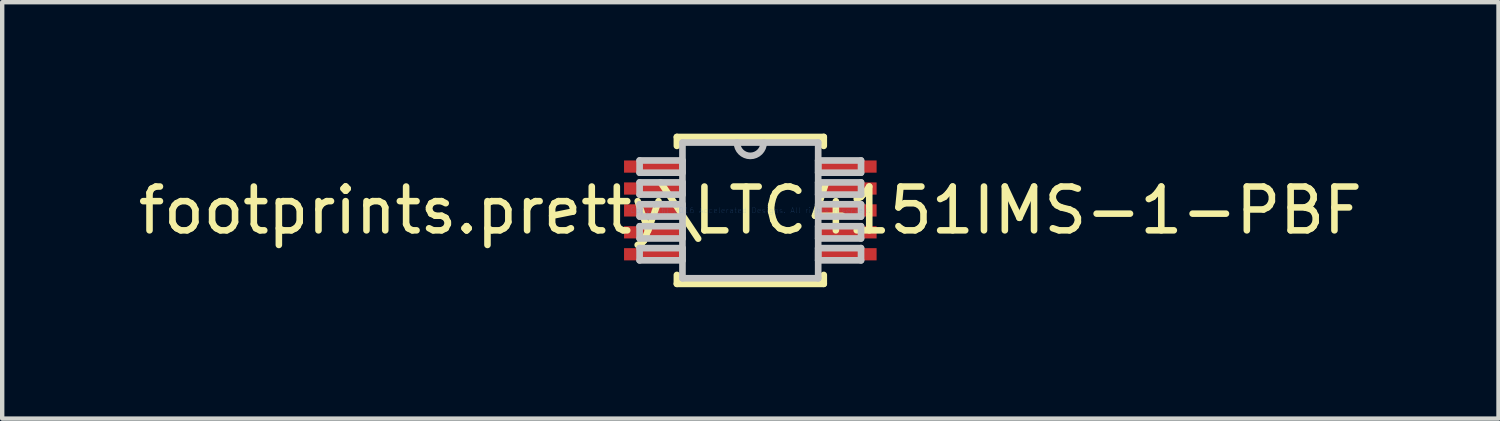
<source format=kicad_pcb>
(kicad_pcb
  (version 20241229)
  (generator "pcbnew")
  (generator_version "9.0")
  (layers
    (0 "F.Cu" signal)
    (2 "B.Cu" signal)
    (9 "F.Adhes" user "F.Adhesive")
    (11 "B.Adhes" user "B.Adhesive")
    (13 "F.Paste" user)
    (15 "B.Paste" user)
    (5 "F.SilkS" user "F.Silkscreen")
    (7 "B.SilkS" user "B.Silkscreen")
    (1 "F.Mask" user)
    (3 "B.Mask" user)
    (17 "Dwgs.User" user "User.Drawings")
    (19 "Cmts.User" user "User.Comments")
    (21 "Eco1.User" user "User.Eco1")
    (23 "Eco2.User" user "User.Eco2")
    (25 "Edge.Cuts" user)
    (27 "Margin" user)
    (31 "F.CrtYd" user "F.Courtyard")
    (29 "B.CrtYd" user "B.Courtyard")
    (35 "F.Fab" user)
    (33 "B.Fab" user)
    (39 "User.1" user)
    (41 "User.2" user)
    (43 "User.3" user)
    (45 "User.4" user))
  (footprint "footprints.pretty\\LTC4151IMS-1-PBF"
    (layer "F.Cu")
    (at 14.077 1.753)
    (property "Reference" "footprints.pretty\\LTC4151IMS-1-PBF" (at 0 0 0) (layer "F.SilkS") (effects (font (size 1 1) (thickness 0.15))))
    (attr through_hole)
    (fp_line (start -1.676 -1.676) (end -1.676 -1.473) (stroke (width 0.152) (type solid)) (layer "F.SilkS"))
    (fp_line (start -1.676 1.473) (end -1.676 1.676) (stroke (width 0.152) (type solid)) (layer "F.SilkS"))
    (fp_line (start -1.676 1.676) (end 1.676 1.676) (stroke (width 0.152) (type solid)) (layer "F.SilkS"))
    (fp_line (start 1.676 -1.676) (end -1.676 -1.676) (stroke (width 0.152) (type solid)) (layer "F.SilkS"))
    (fp_line (start 1.676 -1.473) (end 1.676 -1.676) (stroke (width 0.152) (type solid)) (layer "F.SilkS"))
    (fp_line (start 1.676 1.676) (end 1.676 1.473) (stroke (width 0.152) (type solid)) (layer "F.SilkS"))
    (fp_line (start -2.527 -1.14) (end -2.527 -0.861) (stroke (width 0.152) (type solid)) (layer "Dwgs.User"))
    (fp_line (start -2.527 -0.861) (end -1.549 -0.861) (stroke (width 0.152) (type solid)) (layer "Dwgs.User"))
    (fp_line (start -2.527 -0.64) (end -2.527 -0.361) (stroke (width 0.152) (type solid)) (layer "Dwgs.User"))
    (fp_line (start -2.527 -0.361) (end -1.549 -0.361) (stroke (width 0.152) (type solid)) (layer "Dwgs.User"))
    (fp_line (start -2.527 -0.14) (end -2.527 0.14) (stroke (width 0.152) (type solid)) (layer "Dwgs.User"))
    (fp_line (start -2.527 0.14) (end -1.549 0.14) (stroke (width 0.152) (type solid)) (layer "Dwgs.User"))
    (fp_line (start -2.527 0.361) (end -2.527 0.64) (stroke (width 0.152) (type solid)) (layer "Dwgs.User"))
    (fp_line (start -2.527 0.64) (end -1.549 0.64) (stroke (width 0.152) (type solid)) (layer "Dwgs.User"))
    (fp_line (start -2.527 0.861) (end -2.527 1.14) (stroke (width 0.152) (type solid)) (layer "Dwgs.User"))
    (fp_line (start -2.527 1.14) (end -1.549 1.14) (stroke (width 0.152) (type solid)) (layer "Dwgs.User"))
    (fp_line (start -1.549 -1.549) (end -1.549 1.549) (stroke (width 0.152) (type solid)) (layer "Dwgs.User"))
    (fp_line (start -1.549 -1.14) (end -2.527 -1.14) (stroke (width 0.152) (type solid)) (layer "Dwgs.User"))
    (fp_line (start -1.549 -0.861) (end -1.549 -1.14) (stroke (width 0.152) (type solid)) (layer "Dwgs.User"))
    (fp_line (start -1.549 -0.64) (end -2.527 -0.64) (stroke (width 0.152) (type solid)) (layer "Dwgs.User"))
    (fp_line (start -1.549 -0.361) (end -1.549 -0.64) (stroke (width 0.152) (type solid)) (layer "Dwgs.User"))
    (fp_line (start -1.549 -0.14) (end -2.527 -0.14) (stroke (width 0.152) (type solid)) (layer "Dwgs.User"))
    (fp_line (start -1.549 0.14) (end -1.549 -0.14) (stroke (width 0.152) (type solid)) (layer "Dwgs.User"))
    (fp_line (start -1.549 0.361) (end -2.527 0.361) (stroke (width 0.152) (type solid)) (layer "Dwgs.User"))
    (fp_line (start -1.549 0.64) (end -1.549 0.361) (stroke (width 0.152) (type solid)) (layer "Dwgs.User"))
    (fp_line (start -1.549 0.861) (end -2.527 0.861) (stroke (width 0.152) (type solid)) (layer "Dwgs.User"))
    (fp_line (start -1.549 1.14) (end -1.549 0.861) (stroke (width 0.152) (type solid)) (layer "Dwgs.User"))
    (fp_line (start -1.549 1.549) (end 1.549 1.549) (stroke (width 0.152) (type solid)) (layer "Dwgs.User"))
    (fp_line (start 1.549 -1.549) (end -1.549 -1.549) (stroke (width 0.152) (type solid)) (layer "Dwgs.User"))
    (fp_line (start 1.549 -1.14) (end 1.549 -0.861) (stroke (width 0.152) (type solid)) (layer "Dwgs.User"))
    (fp_line (start 1.549 -0.861) (end 2.527 -0.861) (stroke (width 0.152) (type solid)) (layer "Dwgs.User"))
    (fp_line (start 1.549 -0.64) (end 1.549 -0.361) (stroke (width 0.152) (type solid)) (layer "Dwgs.User"))
    (fp_line (start 1.549 -0.361) (end 2.527 -0.361) (stroke (width 0.152) (type solid)) (layer "Dwgs.User"))
    (fp_line (start 1.549 -0.14) (end 1.549 0.14) (stroke (width 0.152) (type solid)) (layer "Dwgs.User"))
    (fp_line (start 1.549 0.14) (end 2.527 0.14) (stroke (width 0.152) (type solid)) (layer "Dwgs.User"))
    (fp_line (start 1.549 0.361) (end 1.549 0.64) (stroke (width 0.152) (type solid)) (layer "Dwgs.User"))
    (fp_line (start 1.549 0.64) (end 2.527 0.64) (stroke (width 0.152) (type solid)) (layer "Dwgs.User"))
    (fp_line (start 1.549 0.861) (end 1.549 1.14) (stroke (width 0.152) (type solid)) (layer "Dwgs.User"))
    (fp_line (start 1.549 1.14) (end 2.527 1.14) (stroke (width 0.152) (type solid)) (layer "Dwgs.User"))
    (fp_line (start 1.549 1.549) (end 1.549 -1.549) (stroke (width 0.152) (type solid)) (layer "Dwgs.User"))
    (fp_line (start 2.527 -1.14) (end 1.549 -1.14) (stroke (width 0.152) (type solid)) (layer "Dwgs.User"))
    (fp_line (start 2.527 -0.861) (end 2.527 -1.14) (stroke (width 0.152) (type solid)) (layer "Dwgs.User"))
    (fp_line (start 2.527 -0.64) (end 1.549 -0.64) (stroke (width 0.152) (type solid)) (layer "Dwgs.User"))
    (fp_line (start 2.527 -0.361) (end 2.527 -0.64) (stroke (width 0.152) (type solid)) (layer "Dwgs.User"))
    (fp_line (start 2.527 -0.14) (end 1.549 -0.14) (stroke (width 0.152) (type solid)) (layer "Dwgs.User"))
    (fp_line (start 2.527 0.14) (end 2.527 -0.14) (stroke (width 0.152) (type solid)) (layer "Dwgs.User"))
    (fp_line (start 2.527 0.361) (end 1.549 0.361) (stroke (width 0.152) (type solid)) (layer "Dwgs.User"))
    (fp_line (start 2.527 0.64) (end 2.527 0.361) (stroke (width 0.152) (type solid)) (layer "Dwgs.User"))
    (fp_line (start 2.527 0.861) (end 1.549 0.861) (stroke (width 0.152) (type solid)) (layer "Dwgs.User"))
    (fp_line (start 2.527 1.14) (end 2.527 0.861) (stroke (width 0.152) (type solid)) (layer "Dwgs.User"))
    (fp_arc (start 0.3048 -1.5494) (mid 0 -1.2446) (end -0.3048 -1.5494) (stroke (width 0.1524) (type solid)) (layer "Dwgs.User"))
    (fp_text user "Copyright 2016 Accelerated Designs. All rights reserved." (at 0 0 0) (layer "Cmts.User") (effects (font (size 0.127 0.127) (thickness 0.002))))
    (pad "1" smd rect (at -2.184 -1.001) (size 1.397 0.279) (layers "F.Cu" "F.Mask" "F.Paste"))
    (pad "2" smd rect (at -2.184 -0.5) (size 1.397 0.279) (layers "F.Cu" "F.Mask" "F.Paste"))
    (pad "3" smd rect (at -2.184 0) (size 1.397 0.279) (layers "F.Cu" "F.Mask" "F.Paste"))
    (pad "4" smd rect (at -2.184 0.5) (size 1.397 0.279) (layers "F.Cu" "F.Mask" "F.Paste"))
    (pad "5" smd rect (at -2.184 1.001) (size 1.397 0.279) (layers "F.Cu" "F.Mask" "F.Paste"))
    (pad "6" smd rect (at 2.184 1.001) (size 1.397 0.279) (layers "F.Cu" "F.Mask" "F.Paste"))
    (pad "7" smd rect (at 2.184 0.5) (size 1.397 0.279) (layers "F.Cu" "F.Mask" "F.Paste"))
    (pad "8" smd rect (at 2.184 0) (size 1.397 0.279) (layers "F.Cu" "F.Mask" "F.Paste"))
    (pad "9" smd rect (at 2.184 -0.5) (size 1.397 0.279) (layers "F.Cu" "F.Mask" "F.Paste"))
    (pad "10" smd rect (at 2.184 -1.001) (size 1.397 0.279) (layers "F.Cu" "F.Mask" "F.Paste")))
  (gr_rect
    (start -3 -3)
    (end 31.155 6.505)
    (stroke (width 0.1) (type default))
    (fill no)
    (layer "Edge.Cuts")))
</source>
